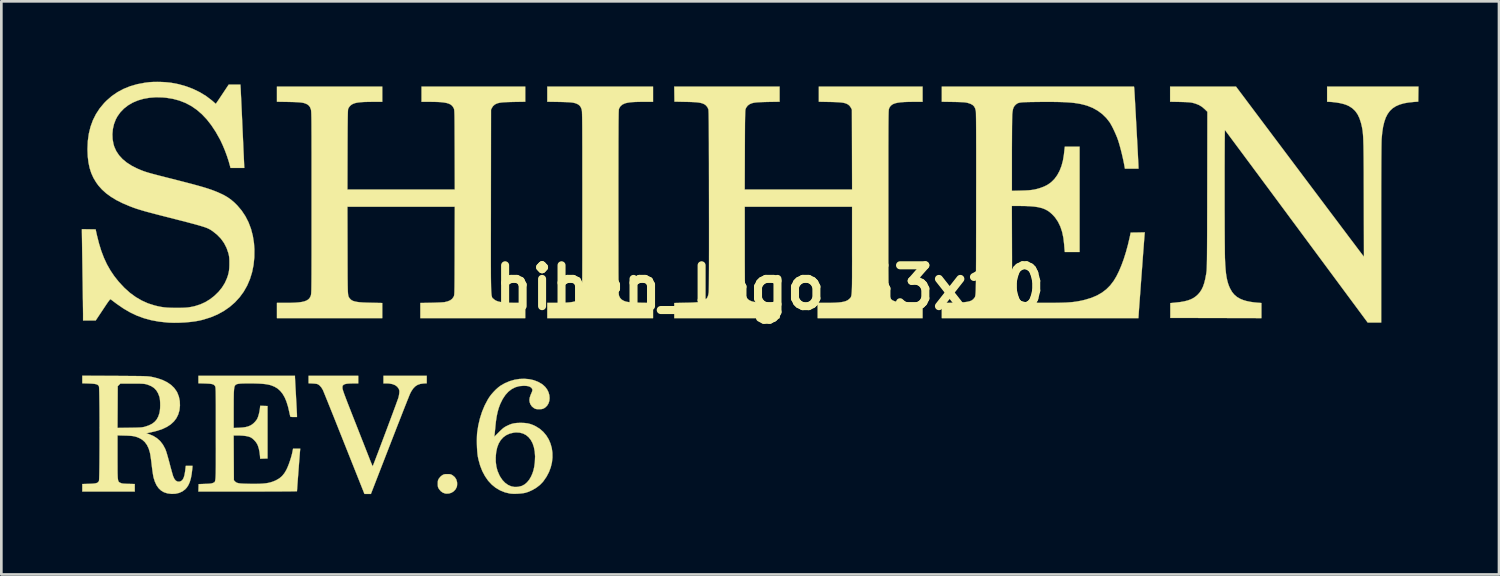
<source format=kicad_pcb>
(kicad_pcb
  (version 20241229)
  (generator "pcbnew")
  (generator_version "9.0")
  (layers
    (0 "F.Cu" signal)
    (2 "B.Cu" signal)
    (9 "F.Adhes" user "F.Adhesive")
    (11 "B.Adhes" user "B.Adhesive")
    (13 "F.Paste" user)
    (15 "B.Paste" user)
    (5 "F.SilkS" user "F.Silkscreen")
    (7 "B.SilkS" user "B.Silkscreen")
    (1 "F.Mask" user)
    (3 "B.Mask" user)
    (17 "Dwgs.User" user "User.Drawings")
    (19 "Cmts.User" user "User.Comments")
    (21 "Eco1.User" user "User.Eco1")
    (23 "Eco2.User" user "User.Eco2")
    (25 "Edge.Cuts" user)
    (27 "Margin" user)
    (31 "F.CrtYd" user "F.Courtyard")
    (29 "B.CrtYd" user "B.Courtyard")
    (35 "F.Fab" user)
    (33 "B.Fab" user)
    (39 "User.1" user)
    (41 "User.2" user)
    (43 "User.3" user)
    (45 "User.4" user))
  (footprint "shihen_logo_53x10"
    (layer "F.Cu")
    (at 25.046 7.681)
    (property "Reference" "shihen_logo_53x10" (at 0 0 0) (layer "F.SilkS") (effects (font (size 1.524 1.524) (thickness 0.3))))
    (attr through_hole)
    (fp_poly (pts (xy -11.343 6.956) (xy -11.298 6.961) (xy -11.262 6.973) (xy -11.224 6.993) (xy -11.213 7) (xy -11.133 7.066) (xy -11.078 7.148) (xy -11.048 7.246) (xy -11.044 7.284) (xy -11.044 7.344) (xy -11.049 7.4) (xy -11.056 7.431) (xy -11.1 7.52) (xy -11.166 7.593) (xy -11.249 7.647) (xy -11.343 7.678) (xy -11.445 7.684) (xy -11.49 7.678) (xy -11.576 7.647) (xy -11.655 7.59) (xy -11.719 7.512) (xy -11.721 7.509) (xy -11.744 7.468) (xy -11.758 7.432) (xy -11.764 7.391) (xy -11.766 7.332) (xy -11.766 7.314) (xy -11.765 7.25) (xy -11.76 7.205) (xy -11.748 7.168) (xy -11.728 7.13) (xy -11.721 7.119) (xy -11.663 7.048) (xy -11.603 7) (xy -11.562 6.977) (xy -11.526 6.964) (xy -11.484 6.957) (xy -11.426 6.955) (xy -11.408 6.955) (xy -11.343 6.956)) (stroke (width 0.01) (type solid)) (fill yes) (layer "F.SilkS"))
    (fp_poly (pts (xy -14.732 3.571) (xy -14.922 3.572) (xy -15.035 3.574) (xy -15.122 3.579) (xy -15.188 3.588) (xy -15.238 3.602) (xy -15.276 3.622) (xy -15.283 3.627) (xy -15.306 3.649) (xy -15.318 3.675) (xy -15.321 3.717) (xy -15.321 3.737) (xy -15.32 3.755) (xy -15.316 3.779) (xy -15.308 3.809) (xy -15.296 3.849) (xy -15.279 3.899) (xy -15.257 3.963) (xy -15.228 4.041) (xy -15.192 4.136) (xy -15.149 4.249) (xy -15.097 4.383) (xy -15.036 4.538) (xy -14.966 4.718) (xy -14.891 4.908) (xy -14.819 5.09) (xy -14.748 5.271) (xy -14.678 5.449) (xy -14.611 5.62) (xy -14.547 5.781) (xy -14.489 5.929) (xy -14.437 6.062) (xy -14.392 6.176) (xy -14.356 6.268) (xy -14.331 6.331) (xy -14.295 6.424) (xy -14.262 6.507) (xy -14.233 6.576) (xy -14.212 6.627) (xy -14.198 6.657) (xy -14.194 6.664) (xy -14.188 6.65) (xy -14.172 6.611) (xy -14.147 6.548) (xy -14.115 6.465) (xy -14.076 6.363) (xy -14.031 6.245) (xy -13.981 6.114) (xy -13.927 5.971) (xy -13.87 5.819) (xy -13.81 5.66) (xy -13.749 5.498) (xy -13.687 5.334) (xy -13.626 5.17) (xy -13.566 5.009) (xy -13.508 4.854) (xy -13.453 4.707) (xy -13.403 4.57) (xy -13.356 4.445) (xy -13.316 4.335) (xy -13.283 4.243) (xy -13.256 4.17) (xy -13.239 4.12) (xy -13.23 4.094) (xy -13.23 4.094) (xy -13.216 4.029) (xy -13.204 3.957) (xy -13.2 3.922) (xy -13.197 3.864) (xy -13.203 3.82) (xy -13.22 3.777) (xy -13.226 3.765) (xy -13.28 3.693) (xy -13.358 3.636) (xy -13.458 3.597) (xy -13.58 3.575) (xy -13.674 3.571) (xy -13.791 3.571) (xy -13.791 3.287) (xy -12.177 3.287) (xy -12.177 3.567) (xy -12.301 3.574) (xy -12.418 3.591) (xy -12.519 3.626) (xy -12.607 3.683) (xy -12.684 3.763) (xy -12.754 3.869) (xy -12.796 3.95) (xy -12.809 3.981) (xy -12.833 4.038) (xy -12.865 4.119) (xy -12.907 4.222) (xy -12.956 4.347) (xy -13.013 4.49) (xy -13.076 4.65) (xy -13.144 4.825) (xy -13.218 5.014) (xy -13.297 5.214) (xy -13.378 5.424) (xy -13.463 5.642) (xy -13.55 5.866) (xy -13.56 5.891) (xy -14.26 7.695) (xy -14.38 7.694) (xy -14.5 7.694) (xy -15.254 5.801) (xy -15.345 5.572) (xy -15.434 5.35) (xy -15.519 5.136) (xy -15.6 4.932) (xy -15.677 4.74) (xy -15.749 4.561) (xy -15.815 4.397) (xy -15.874 4.25) (xy -15.926 4.122) (xy -15.97 4.013) (xy -16.005 3.927) (xy -16.031 3.864) (xy -16.047 3.826) (xy -16.051 3.817) (xy -16.107 3.723) (xy -16.172 3.649) (xy -16.234 3.605) (xy -16.278 3.59) (xy -16.349 3.58) (xy -16.432 3.574) (xy -16.585 3.567) (xy -16.585 3.287) (xy -14.732 3.287) (xy -14.732 3.571)) (stroke (width 0.01) (type solid)) (fill yes) (layer "F.SilkS"))
    (fp_poly (pts (xy -3.735 -6.933) (xy -4.091 -6.933) (xy -4.252 -6.932) (xy -4.388 -6.928) (xy -4.502 -6.922) (xy -4.598 -6.913) (xy -4.68 -6.9) (xy -4.751 -6.884) (xy -4.791 -6.872) (xy -4.882 -6.828) (xy -4.953 -6.765) (xy -5 -6.685) (xy -5.008 -6.661) (xy -5.01 -6.649) (xy -5.012 -6.627) (xy -5.014 -6.594) (xy -5.016 -6.55) (xy -5.018 -6.493) (xy -5.019 -6.422) (xy -5.02 -6.336) (xy -5.022 -6.234) (xy -5.023 -6.115) (xy -5.024 -5.978) (xy -5.024 -5.823) (xy -5.025 -5.647) (xy -5.026 -5.45) (xy -5.026 -5.231) (xy -5.027 -4.989) (xy -5.027 -4.723) (xy -5.027 -4.431) (xy -5.028 -4.113) (xy -5.028 -3.769) (xy -5.028 -3.395) (xy -5.028 -3.182) (xy -5.028 -2.805) (xy -5.028 -2.457) (xy -5.028 -2.136) (xy -5.028 -1.841) (xy -5.027 -1.571) (xy -5.027 -1.326) (xy -5.027 -1.104) (xy -5.027 -0.903) (xy -5.026 -0.723) (xy -5.026 -0.562) (xy -5.025 -0.42) (xy -5.024 -0.294) (xy -5.023 -0.185) (xy -5.022 -0.09) (xy -5.021 -0.009) (xy -5.02 0.06) (xy -5.018 0.117) (xy -5.017 0.164) (xy -5.015 0.203) (xy -5.013 0.233) (xy -5.011 0.257) (xy -5.009 0.276) (xy -5.006 0.29) (xy -5.003 0.301) (xy -5.001 0.308) (xy -4.962 0.386) (xy -4.905 0.446) (xy -4.826 0.491) (xy -4.78 0.509) (xy -4.729 0.524) (xy -4.669 0.535) (xy -4.596 0.545) (xy -4.507 0.552) (xy -4.398 0.557) (xy -4.265 0.561) (xy -4.15 0.564) (xy -3.735 0.571) (xy -3.735 1.136) (xy -7.68 1.136) (xy -7.68 0.568) (xy -7.353 0.568) (xy -7.161 0.566) (xy -6.996 0.56) (xy -6.856 0.55) (xy -6.74 0.534) (xy -6.644 0.512) (xy -6.567 0.484) (xy -6.507 0.448) (xy -6.46 0.405) (xy -6.425 0.352) (xy -6.4 0.291) (xy -6.399 0.288) (xy -6.396 0.277) (xy -6.393 0.264) (xy -6.391 0.248) (xy -6.388 0.227) (xy -6.386 0.2) (xy -6.384 0.167) (xy -6.383 0.125) (xy -6.381 0.074) (xy -6.38 0.013) (xy -6.379 -0.06) (xy -6.377 -0.146) (xy -6.377 -0.246) (xy -6.376 -0.361) (xy -6.375 -0.492) (xy -6.374 -0.641) (xy -6.374 -0.808) (xy -6.373 -0.995) (xy -6.373 -1.204) (xy -6.373 -1.434) (xy -6.373 -1.688) (xy -6.373 -1.966) (xy -6.372 -2.27) (xy -6.372 -2.6) (xy -6.372 -2.959) (xy -6.372 -3.182) (xy -6.372 -3.558) (xy -6.372 -3.906) (xy -6.373 -4.225) (xy -6.373 -4.519) (xy -6.373 -4.787) (xy -6.373 -5.031) (xy -6.373 -5.252) (xy -6.374 -5.452) (xy -6.374 -5.631) (xy -6.375 -5.791) (xy -6.375 -5.932) (xy -6.376 -6.056) (xy -6.377 -6.165) (xy -6.378 -6.259) (xy -6.379 -6.339) (xy -6.381 -6.407) (xy -6.382 -6.464) (xy -6.384 -6.511) (xy -6.385 -6.549) (xy -6.387 -6.579) (xy -6.39 -6.603) (xy -6.392 -6.621) (xy -6.395 -6.636) (xy -6.397 -6.647) (xy -6.398 -6.65) (xy -6.431 -6.733) (xy -6.474 -6.792) (xy -6.531 -6.836) (xy -6.545 -6.844) (xy -6.589 -6.864) (xy -6.634 -6.881) (xy -6.684 -6.894) (xy -6.743 -6.905) (xy -6.814 -6.913) (xy -6.902 -6.919) (xy -7.01 -6.923) (xy -7.142 -6.927) (xy -7.235 -6.929) (xy -7.68 -6.936) (xy -7.68 -7.5) (xy -3.735 -7.5) (xy -3.735 -6.933)) (stroke (width 0.01) (type solid)) (fill yes) (layer "F.SilkS"))
    (fp_poly (pts (xy -8.357 3.414) (xy -8.186 3.451) (xy -8.026 3.512) (xy -7.881 3.595) (xy -7.847 3.62) (xy -7.756 3.704) (xy -7.685 3.8) (xy -7.634 3.903) (xy -7.604 4.01) (xy -7.594 4.118) (xy -7.604 4.221) (xy -7.635 4.318) (xy -7.687 4.403) (xy -7.76 4.473) (xy -7.807 4.502) (xy -7.849 4.52) (xy -7.897 4.53) (xy -7.962 4.534) (xy -7.986 4.534) (xy -8.051 4.533) (xy -8.097 4.527) (xy -8.135 4.515) (xy -8.176 4.493) (xy -8.177 4.493) (xy -8.254 4.431) (xy -8.31 4.349) (xy -8.338 4.268) (xy -8.347 4.191) (xy -8.336 4.106) (xy -8.304 4.008) (xy -8.277 3.946) (xy -8.248 3.877) (xy -8.235 3.825) (xy -8.24 3.785) (xy -8.262 3.749) (xy -8.275 3.736) (xy -8.318 3.702) (xy -8.372 3.68) (xy -8.443 3.666) (xy -8.536 3.661) (xy -8.571 3.661) (xy -8.728 3.674) (xy -8.874 3.716) (xy -9.009 3.785) (xy -9.133 3.881) (xy -9.244 4.004) (xy -9.344 4.154) (xy -9.431 4.33) (xy -9.447 4.369) (xy -9.496 4.504) (xy -9.536 4.649) (xy -9.569 4.809) (xy -9.596 4.988) (xy -9.614 5.155) (xy -9.622 5.244) (xy -9.631 5.33) (xy -9.638 5.404) (xy -9.644 5.46) (xy -9.646 5.48) (xy -9.654 5.559) (xy -9.485 5.39) (xy -9.415 5.321) (xy -9.358 5.269) (xy -9.31 5.23) (xy -9.264 5.198) (xy -9.213 5.17) (xy -9.189 5.158) (xy -9.091 5.112) (xy -9.003 5.08) (xy -8.917 5.06) (xy -8.822 5.048) (xy -8.711 5.044) (xy -8.666 5.043) (xy -8.527 5.048) (xy -8.408 5.063) (xy -8.299 5.091) (xy -8.19 5.133) (xy -8.114 5.17) (xy -7.961 5.265) (xy -7.829 5.38) (xy -7.718 5.512) (xy -7.628 5.658) (xy -7.56 5.817) (xy -7.513 5.984) (xy -7.489 6.159) (xy -7.487 6.339) (xy -7.507 6.521) (xy -7.551 6.702) (xy -7.618 6.88) (xy -7.709 7.053) (xy -7.823 7.218) (xy -7.851 7.252) (xy -7.956 7.36) (xy -8.084 7.459) (xy -8.226 7.544) (xy -8.374 7.612) (xy -8.494 7.651) (xy -8.573 7.666) (xy -8.67 7.678) (xy -8.777 7.686) (xy -8.884 7.69) (xy -8.981 7.688) (xy -9.06 7.681) (xy -9.065 7.681) (xy -9.257 7.636) (xy -9.436 7.564) (xy -9.601 7.468) (xy -9.751 7.346) (xy -9.885 7.202) (xy -10.002 7.034) (xy -10.103 6.845) (xy -10.185 6.635) (xy -10.249 6.404) (xy -10.269 6.305) (xy -9.603 6.305) (xy -9.602 6.497) (xy -9.58 6.672) (xy -9.537 6.835) (xy -9.47 6.991) (xy -9.438 7.051) (xy -9.352 7.178) (xy -9.253 7.281) (xy -9.144 7.359) (xy -9.025 7.411) (xy -8.901 7.435) (xy -8.772 7.431) (xy -8.64 7.399) (xy -8.631 7.396) (xy -8.531 7.343) (xy -8.437 7.264) (xy -8.353 7.163) (xy -8.285 7.046) (xy -8.233 6.928) (xy -8.194 6.808) (xy -8.166 6.678) (xy -8.146 6.53) (xy -8.143 6.491) (xy -8.135 6.295) (xy -8.148 6.115) (xy -8.179 5.952) (xy -8.227 5.808) (xy -8.293 5.684) (xy -8.375 5.58) (xy -8.472 5.499) (xy -8.584 5.441) (xy -8.709 5.408) (xy -8.847 5.4) (xy -8.928 5.408) (xy -9.077 5.442) (xy -9.208 5.5) (xy -9.321 5.581) (xy -9.416 5.685) (xy -9.492 5.811) (xy -9.549 5.96) (xy -9.586 6.13) (xy -9.603 6.305) (xy -10.269 6.305) (xy -10.272 6.29) (xy -10.284 6.2) (xy -10.294 6.088) (xy -10.302 5.962) (xy -10.306 5.828) (xy -10.307 5.694) (xy -10.305 5.568) (xy -10.3 5.458) (xy -10.295 5.406) (xy -10.254 5.14) (xy -10.193 4.88) (xy -10.113 4.629) (xy -10.015 4.394) (xy -9.901 4.178) (xy -9.844 4.086) (xy -9.776 3.994) (xy -9.692 3.897) (xy -9.601 3.803) (xy -9.509 3.721) (xy -9.43 3.661) (xy -9.263 3.564) (xy -9.086 3.489) (xy -8.904 3.436) (xy -8.72 3.406) (xy -8.536 3.399) (xy -8.357 3.414)) (stroke (width 0.01) (type solid)) (fill yes) (layer "F.SilkS"))
    (fp_poly (pts (xy 24.81 -6.94) (xy 24.653 -6.929) (xy 24.45 -6.908) (xy 24.27 -6.876) (xy 24.111 -6.829) (xy 23.973 -6.768) (xy 23.854 -6.691) (xy 23.753 -6.595) (xy 23.668 -6.48) (xy 23.598 -6.343) (xy 23.543 -6.184) (xy 23.499 -6.002) (xy 23.467 -5.793) (xy 23.445 -5.558) (xy 23.444 -5.546) (xy 23.442 -5.499) (xy 23.44 -5.423) (xy 23.438 -5.317) (xy 23.436 -5.181) (xy 23.435 -5.016) (xy 23.433 -4.821) (xy 23.432 -4.597) (xy 23.431 -4.344) (xy 23.43 -4.061) (xy 23.429 -3.749) (xy 23.429 -3.408) (xy 23.428 -3.037) (xy 23.428 -2.638) (xy 23.428 -2.21) (xy 23.428 -2.008) (xy 23.428 1.3) (xy 22.924 1.3) (xy 20.268 -2.286) (xy 20.051 -2.578) (xy 19.84 -2.864) (xy 19.633 -3.143) (xy 19.433 -3.413) (xy 19.239 -3.675) (xy 19.052 -3.926) (xy 18.874 -4.167) (xy 18.704 -4.396) (xy 18.544 -4.612) (xy 18.393 -4.814) (xy 18.254 -5.002) (xy 18.126 -5.174) (xy 18.01 -5.33) (xy 17.907 -5.468) (xy 17.818 -5.588) (xy 17.743 -5.689) (xy 17.683 -5.77) (xy 17.638 -5.829) (xy 17.61 -5.866) (xy 17.599 -5.88) (xy 17.599 -5.881) (xy 17.597 -5.867) (xy 17.595 -5.826) (xy 17.594 -5.758) (xy 17.593 -5.666) (xy 17.592 -5.552) (xy 17.59 -5.418) (xy 17.59 -5.265) (xy 17.589 -5.096) (xy 17.588 -4.912) (xy 17.588 -4.716) (xy 17.587 -4.508) (xy 17.587 -4.292) (xy 17.587 -4.069) (xy 17.587 -3.841) (xy 17.587 -3.609) (xy 17.587 -3.377) (xy 17.587 -3.145) (xy 17.587 -2.915) (xy 17.588 -2.69) (xy 17.589 -2.472) (xy 17.589 -2.262) (xy 17.59 -2.062) (xy 17.591 -1.874) (xy 17.592 -1.7) (xy 17.594 -1.542) (xy 17.595 -1.402) (xy 17.596 -1.282) (xy 17.598 -1.183) (xy 17.599 -1.108) (xy 17.601 -1.076) (xy 17.61 -0.868) (xy 17.623 -0.687) (xy 17.639 -0.528) (xy 17.66 -0.389) (xy 17.686 -0.265) (xy 17.717 -0.154) (xy 17.754 -0.052) (xy 17.788 0.024) (xy 17.862 0.155) (xy 17.948 0.261) (xy 18.051 0.348) (xy 18.174 0.419) (xy 18.286 0.464) (xy 18.4 0.498) (xy 18.537 0.527) (xy 18.687 0.549) (xy 18.822 0.562) (xy 18.96 0.572) (xy 18.96 1.136) (xy 17.261 1.132) (xy 15.561 1.128) (xy 15.561 0.576) (xy 15.753 0.557) (xy 15.932 0.537) (xy 16.086 0.51) (xy 16.217 0.476) (xy 16.331 0.434) (xy 16.431 0.382) (xy 16.52 0.318) (xy 16.582 0.264) (xy 16.658 0.178) (xy 16.724 0.079) (xy 16.78 -0.036) (xy 16.827 -0.172) (xy 16.866 -0.33) (xy 16.9 -0.513) (xy 16.91 -0.583) (xy 16.913 -0.606) (xy 16.916 -0.633) (xy 16.918 -0.666) (xy 16.92 -0.706) (xy 16.922 -0.753) (xy 16.924 -0.81) (xy 16.926 -0.878) (xy 16.927 -0.957) (xy 16.929 -1.049) (xy 16.93 -1.156) (xy 16.931 -1.279) (xy 16.932 -1.418) (xy 16.933 -1.576) (xy 16.934 -1.754) (xy 16.935 -1.952) (xy 16.936 -2.173) (xy 16.936 -2.416) (xy 16.937 -2.685) (xy 16.938 -2.98) (xy 16.938 -3.301) (xy 16.939 -3.652) (xy 16.939 -3.658) (xy 16.944 -6.562) (xy 16.843 -6.661) (xy 16.743 -6.746) (xy 16.635 -6.812) (xy 16.509 -6.863) (xy 16.419 -6.889) (xy 16.374 -6.9) (xy 16.327 -6.908) (xy 16.273 -6.914) (xy 16.208 -6.919) (xy 16.127 -6.923) (xy 16.025 -6.926) (xy 15.924 -6.929) (xy 15.554 -6.936) (xy 15.554 -7.5) (xy 16.783 -7.5) (xy 18.012 -7.5) (xy 20.356 -4.378) (xy 20.56 -4.106) (xy 20.76 -3.84) (xy 20.955 -3.581) (xy 21.144 -3.329) (xy 21.326 -3.087) (xy 21.5 -2.855) (xy 21.667 -2.634) (xy 21.824 -2.425) (xy 21.971 -2.229) (xy 22.109 -2.046) (xy 22.234 -1.879) (xy 22.348 -1.729) (xy 22.449 -1.595) (xy 22.536 -1.479) (xy 22.609 -1.382) (xy 22.667 -1.306) (xy 22.709 -1.25) (xy 22.735 -1.217) (xy 22.743 -1.207) (xy 22.785 -1.158) (xy 22.78 -3.324) (xy 22.779 -3.641) (xy 22.778 -3.929) (xy 22.778 -4.19) (xy 22.777 -4.426) (xy 22.775 -4.639) (xy 22.774 -4.829) (xy 22.772 -4.999) (xy 22.77 -5.15) (xy 22.768 -5.284) (xy 22.764 -5.402) (xy 22.761 -5.507) (xy 22.757 -5.598) (xy 22.752 -5.679) (xy 22.746 -5.75) (xy 22.74 -5.813) (xy 22.733 -5.87) (xy 22.724 -5.923) (xy 22.715 -5.972) (xy 22.705 -6.02) (xy 22.694 -6.067) (xy 22.682 -6.117) (xy 22.672 -6.155) (xy 22.616 -6.325) (xy 22.545 -6.471) (xy 22.456 -6.594) (xy 22.349 -6.695) (xy 22.222 -6.776) (xy 22.116 -6.823) (xy 22.011 -6.856) (xy 21.887 -6.885) (xy 21.751 -6.908) (xy 21.613 -6.924) (xy 21.566 -6.928) (xy 21.411 -6.937) (xy 21.411 -7.5) (xy 24.818 -7.5) (xy 24.81 -6.94)) (stroke (width 0.01) (type solid)) (fill yes) (layer "F.SilkS"))
    (fp_poly (pts (xy -17.093 3.336) (xy -17.092 3.36) (xy -17.089 3.412) (xy -17.086 3.486) (xy -17.081 3.581) (xy -17.075 3.692) (xy -17.068 3.816) (xy -17.06 3.951) (xy -17.055 4.042) (xy -17.048 4.181) (xy -17.04 4.314) (xy -17.034 4.436) (xy -17.028 4.543) (xy -17.024 4.634) (xy -17.02 4.703) (xy -17.019 4.748) (xy -17.018 4.763) (xy -17.018 4.826) (xy -17.137 4.826) (xy -17.193 4.824) (xy -17.238 4.82) (xy -17.262 4.814) (xy -17.264 4.812) (xy -17.27 4.793) (xy -17.28 4.751) (xy -17.293 4.693) (xy -17.302 4.652) (xy -17.351 4.44) (xy -17.408 4.256) (xy -17.474 4.097) (xy -17.551 3.964) (xy -17.64 3.853) (xy -17.74 3.763) (xy -17.855 3.694) (xy -17.983 3.643) (xy -18.02 3.632) (xy -18.104 3.613) (xy -18.2 3.597) (xy -18.31 3.586) (xy -18.439 3.578) (xy -18.591 3.573) (xy -18.767 3.571) (xy -18.798 3.571) (xy -18.933 3.572) (xy -19.041 3.574) (xy -19.126 3.578) (xy -19.191 3.585) (xy -19.24 3.594) (xy -19.276 3.607) (xy -19.303 3.623) (xy -19.318 3.637) (xy -19.331 3.654) (xy -19.342 3.676) (xy -19.352 3.705) (xy -19.359 3.744) (xy -19.365 3.795) (xy -19.37 3.861) (xy -19.374 3.944) (xy -19.376 4.046) (xy -19.378 4.171) (xy -19.378 4.32) (xy -19.379 4.496) (xy -19.379 4.531) (xy -19.379 5.234) (xy -19.173 5.226) (xy -19.044 5.217) (xy -18.938 5.202) (xy -18.847 5.179) (xy -18.767 5.147) (xy -18.717 5.12) (xy -18.646 5.067) (xy -18.576 4.997) (xy -18.517 4.921) (xy -18.497 4.886) (xy -18.469 4.817) (xy -18.442 4.728) (xy -18.419 4.629) (xy -18.402 4.529) (xy -18.4 4.508) (xy -18.389 4.407) (xy -18.253 4.411) (xy -18.116 4.415) (xy -18.116 6.372) (xy -18.389 6.381) (xy -18.4 6.25) (xy -18.416 6.121) (xy -18.442 6) (xy -18.475 5.895) (xy -18.506 5.828) (xy -18.552 5.758) (xy -18.612 5.689) (xy -18.677 5.629) (xy -18.74 5.586) (xy -18.743 5.585) (xy -18.817 5.557) (xy -18.915 5.535) (xy -19.034 5.521) (xy -19.167 5.514) (xy -19.204 5.514) (xy -19.38 5.513) (xy -19.376 6.349) (xy -19.371 7.184) (xy -19.336 7.222) (xy -19.31 7.247) (xy -19.281 7.267) (xy -19.245 7.282) (xy -19.2 7.294) (xy -19.141 7.303) (xy -19.065 7.309) (xy -18.968 7.313) (xy -18.846 7.316) (xy -18.768 7.318) (xy -18.589 7.319) (xy -18.435 7.317) (xy -18.303 7.31) (xy -18.188 7.299) (xy -18.087 7.283) (xy -17.995 7.26) (xy -17.909 7.232) (xy -17.823 7.196) (xy -17.795 7.183) (xy -17.676 7.114) (xy -17.575 7.029) (xy -17.488 6.922) (xy -17.416 6.801) (xy -17.37 6.703) (xy -17.323 6.585) (xy -17.278 6.457) (xy -17.237 6.327) (xy -17.204 6.205) (xy -17.189 6.137) (xy -17.163 6.006) (xy -16.896 6.006) (xy -16.905 6.1) (xy -16.908 6.129) (xy -16.912 6.183) (xy -16.918 6.259) (xy -16.925 6.352) (xy -16.934 6.46) (xy -16.943 6.579) (xy -16.952 6.705) (xy -16.962 6.835) (xy -16.972 6.965) (xy -16.982 7.092) (xy -16.991 7.212) (xy -16.999 7.322) (xy -17.006 7.418) (xy -17.011 7.496) (xy -17.015 7.554) (xy -17.018 7.587) (xy -17.018 7.594) (xy -17.033 7.595) (xy -17.075 7.596) (xy -17.144 7.598) (xy -17.238 7.599) (xy -17.354 7.6) (xy -17.491 7.601) (xy -17.647 7.602) (xy -17.82 7.603) (xy -18.009 7.604) (xy -18.212 7.604) (xy -18.426 7.605) (xy -18.65 7.605) (xy -18.856 7.605) (xy -20.695 7.605) (xy -20.686 7.329) (xy -20.447 7.32) (xy -20.351 7.317) (xy -20.279 7.312) (xy -20.226 7.306) (xy -20.187 7.298) (xy -20.157 7.287) (xy -20.148 7.283) (xy -20.132 7.276) (xy -20.118 7.27) (xy -20.106 7.264) (xy -20.095 7.255) (xy -20.085 7.243) (xy -20.077 7.226) (xy -20.07 7.201) (xy -20.064 7.168) (xy -20.058 7.125) (xy -20.054 7.071) (xy -20.051 7.002) (xy -20.048 6.919) (xy -20.047 6.82) (xy -20.045 6.702) (xy -20.044 6.564) (xy -20.044 6.405) (xy -20.044 6.223) (xy -20.043 6.016) (xy -20.044 5.783) (xy -20.044 5.522) (xy -20.044 5.446) (xy -20.044 5.183) (xy -20.044 4.947) (xy -20.044 4.739) (xy -20.044 4.555) (xy -20.044 4.395) (xy -20.045 4.256) (xy -20.046 4.137) (xy -20.047 4.036) (xy -20.048 3.952) (xy -20.049 3.884) (xy -20.051 3.828) (xy -20.053 3.784) (xy -20.055 3.751) (xy -20.058 3.725) (xy -20.061 3.707) (xy -20.064 3.693) (xy -20.068 3.683) (xy -20.071 3.678) (xy -20.092 3.646) (xy -20.12 3.622) (xy -20.159 3.604) (xy -20.212 3.591) (xy -20.284 3.582) (xy -20.379 3.577) (xy -20.451 3.574) (xy -20.694 3.567) (xy -20.694 3.287) (xy -17.093 3.287) (xy -17.093 3.336)) (stroke (width 0.01) (type solid)) (fill yes) (layer "F.SilkS"))
    (fp_poly (pts (xy -23.812 3.291) (xy -23.593 3.292) (xy -23.401 3.293) (xy -23.234 3.295) (xy -23.091 3.296) (xy -22.969 3.297) (xy -22.865 3.298) (xy -22.779 3.3) (xy -22.707 3.302) (xy -22.648 3.305) (xy -22.598 3.307) (xy -22.557 3.311) (xy -22.522 3.315) (xy -22.49 3.319) (xy -22.459 3.324) (xy -22.434 3.329) (xy -22.217 3.381) (xy -22.024 3.448) (xy -21.857 3.531) (xy -21.714 3.629) (xy -21.597 3.743) (xy -21.505 3.872) (xy -21.479 3.922) (xy -21.423 4.069) (xy -21.39 4.229) (xy -21.383 4.395) (xy -21.4 4.562) (xy -21.404 4.582) (xy -21.449 4.733) (xy -21.517 4.87) (xy -21.609 4.991) (xy -21.726 5.099) (xy -21.868 5.192) (xy -22.036 5.272) (xy -22.23 5.338) (xy -22.451 5.392) (xy -22.47 5.396) (xy -22.64 5.43) (xy -22.541 5.463) (xy -22.379 5.53) (xy -22.24 5.617) (xy -22.12 5.725) (xy -22.019 5.855) (xy -21.935 6.01) (xy -21.924 6.036) (xy -21.907 6.081) (xy -21.884 6.149) (xy -21.858 6.237) (xy -21.829 6.338) (xy -21.799 6.447) (xy -21.77 6.554) (xy -21.742 6.664) (xy -21.713 6.769) (xy -21.687 6.864) (xy -21.664 6.945) (xy -21.646 7.006) (xy -21.634 7.043) (xy -21.634 7.043) (xy -21.591 7.134) (xy -21.539 7.197) (xy -21.479 7.232) (xy -21.412 7.237) (xy -21.373 7.228) (xy -21.321 7.202) (xy -21.279 7.157) (xy -21.245 7.091) (xy -21.217 7.003) (xy -21.196 6.889) (xy -21.184 6.805) (xy -21.166 6.649) (xy -20.914 6.649) (xy -20.924 6.765) (xy -20.946 6.951) (xy -20.976 7.111) (xy -21.016 7.247) (xy -21.066 7.361) (xy -21.127 7.456) (xy -21.189 7.524) (xy -21.294 7.602) (xy -21.415 7.656) (xy -21.55 7.687) (xy -21.694 7.693) (xy -21.846 7.674) (xy -21.855 7.672) (xy -21.979 7.632) (xy -22.087 7.568) (xy -22.18 7.48) (xy -22.258 7.368) (xy -22.321 7.23) (xy -22.367 7.084) (xy -22.378 7.03) (xy -22.391 6.954) (xy -22.405 6.861) (xy -22.419 6.759) (xy -22.432 6.653) (xy -22.435 6.628) (xy -22.447 6.521) (xy -22.461 6.415) (xy -22.475 6.317) (xy -22.488 6.232) (xy -22.5 6.169) (xy -22.502 6.159) (xy -22.549 6.002) (xy -22.614 5.867) (xy -22.696 5.756) (xy -22.795 5.669) (xy -22.879 5.62) (xy -22.949 5.589) (xy -23.014 5.565) (xy -23.08 5.547) (xy -23.154 5.534) (xy -23.242 5.526) (xy -23.349 5.52) (xy -23.431 5.518) (xy -23.712 5.51) (xy -23.712 6.33) (xy -23.712 6.516) (xy -23.711 6.674) (xy -23.711 6.808) (xy -23.71 6.918) (xy -23.707 7.008) (xy -23.704 7.08) (xy -23.698 7.136) (xy -23.691 7.179) (xy -23.682 7.211) (xy -23.671 7.234) (xy -23.657 7.25) (xy -23.64 7.263) (xy -23.619 7.274) (xy -23.6 7.283) (xy -23.571 7.295) (xy -23.537 7.304) (xy -23.491 7.31) (xy -23.429 7.314) (xy -23.345 7.318) (xy -23.305 7.319) (xy -23.069 7.325) (xy -23.069 7.605) (xy -25.026 7.605) (xy -25.026 7.325) (xy -24.784 7.318) (xy -24.671 7.314) (xy -24.583 7.307) (xy -24.518 7.296) (xy -24.471 7.28) (xy -24.438 7.258) (xy -24.415 7.228) (xy -24.405 7.207) (xy -24.401 7.184) (xy -24.398 7.133) (xy -24.395 7.057) (xy -24.392 6.958) (xy -24.39 6.839) (xy -24.388 6.701) (xy -24.386 6.548) (xy -24.385 6.38) (xy -24.384 6.202) (xy -24.383 6.014) (xy -24.382 5.82) (xy -24.382 5.621) (xy -24.382 5.421) (xy -24.382 5.232) (xy -23.713 5.232) (xy -23.26 5.226) (xy -23.128 5.224) (xy -23.023 5.222) (xy -22.938 5.219) (xy -22.872 5.216) (xy -22.819 5.212) (xy -22.776 5.206) (xy -22.739 5.199) (xy -22.702 5.191) (xy -22.691 5.188) (xy -22.546 5.139) (xy -22.426 5.08) (xy -22.33 5.008) (xy -22.253 4.92) (xy -22.194 4.813) (xy -22.15 4.684) (xy -22.148 4.677) (xy -22.134 4.602) (xy -22.124 4.509) (xy -22.12 4.405) (xy -22.121 4.3) (xy -22.127 4.201) (xy -22.137 4.118) (xy -22.148 4.072) (xy -22.199 3.94) (xy -22.264 3.831) (xy -22.347 3.744) (xy -22.45 3.676) (xy -22.576 3.623) (xy -22.636 3.605) (xy -22.669 3.597) (xy -22.705 3.591) (xy -22.749 3.586) (xy -22.805 3.583) (xy -22.875 3.58) (xy -22.966 3.579) (xy -23.079 3.579) (xy -23.17 3.578) (xy -23.606 3.578) (xy -23.655 3.627) (xy -23.704 3.676) (xy -23.708 4.454) (xy -23.713 5.232) (xy -24.382 5.232) (xy -24.382 5.22) (xy -24.382 5.023) (xy -24.383 4.83) (xy -24.384 4.644) (xy -24.385 4.468) (xy -24.387 4.304) (xy -24.389 4.154) (xy -24.391 4.021) (xy -24.393 3.906) (xy -24.396 3.813) (xy -24.399 3.743) (xy -24.402 3.699) (xy -24.405 3.685) (xy -24.424 3.651) (xy -24.453 3.625) (xy -24.496 3.605) (xy -24.556 3.591) (xy -24.636 3.582) (xy -24.742 3.576) (xy -24.791 3.574) (xy -25.026 3.567) (xy -25.026 3.285) (xy -23.812 3.291)) (stroke (width 0.01) (type solid)) (fill yes) (layer "F.SilkS"))
    (fp_poly (pts (xy 0.986 -6.936) (xy 0.549 -6.929) (xy 0.402 -6.925) (xy 0.281 -6.921) (xy 0.182 -6.916) (xy 0.101 -6.909) (xy 0.036 -6.9) (xy -0.019 -6.888) (xy -0.067 -6.873) (xy -0.111 -6.854) (xy -0.134 -6.843) (xy -0.204 -6.791) (xy -0.259 -6.717) (xy -0.286 -6.656) (xy -0.289 -6.64) (xy -0.292 -6.613) (xy -0.295 -6.573) (xy -0.297 -6.519) (xy -0.299 -6.448) (xy -0.301 -6.361) (xy -0.303 -6.254) (xy -0.305 -6.127) (xy -0.306 -5.977) (xy -0.307 -5.804) (xy -0.308 -5.606) (xy -0.309 -5.381) (xy -0.31 -5.129) (xy -0.315 -3.661) (xy 3.691 -3.661) (xy 3.687 -5.151) (xy 3.683 -6.642) (xy 3.645 -6.716) (xy 3.593 -6.789) (xy 3.54 -6.832) (xy 3.497 -6.856) (xy 3.45 -6.875) (xy 3.395 -6.891) (xy 3.33 -6.903) (xy 3.249 -6.912) (xy 3.151 -6.919) (xy 3.03 -6.924) (xy 2.884 -6.928) (xy 2.857 -6.928) (xy 2.45 -6.936) (xy 2.45 -7.5) (xy 6.32 -7.5) (xy 6.32 -6.933) (xy 5.98 -6.933) (xy 5.794 -6.931) (xy 5.634 -6.925) (xy 5.5 -6.915) (xy 5.388 -6.899) (xy 5.297 -6.878) (xy 5.224 -6.85) (xy 5.166 -6.815) (xy 5.121 -6.772) (xy 5.087 -6.721) (xy 5.07 -6.681) (xy 5.067 -6.673) (xy 5.064 -6.662) (xy 5.061 -6.648) (xy 5.059 -6.63) (xy 5.057 -6.606) (xy 5.055 -6.576) (xy 5.053 -6.537) (xy 5.052 -6.49) (xy 5.05 -6.432) (xy 5.049 -6.363) (xy 5.048 -6.282) (xy 5.047 -6.187) (xy 5.046 -6.077) (xy 5.045 -5.951) (xy 5.045 -5.808) (xy 5.044 -5.647) (xy 5.044 -5.466) (xy 5.043 -5.265) (xy 5.043 -5.042) (xy 5.043 -4.796) (xy 5.043 -4.526) (xy 5.043 -4.231) (xy 5.043 -3.909) (xy 5.043 -3.559) (xy 5.043 -3.182) (xy 5.043 -2.801) (xy 5.043 -2.448) (xy 5.043 -2.123) (xy 5.043 -1.824) (xy 5.043 -1.55) (xy 5.043 -1.301) (xy 5.043 -1.074) (xy 5.044 -0.869) (xy 5.044 -0.686) (xy 5.045 -0.521) (xy 5.046 -0.375) (xy 5.047 -0.246) (xy 5.049 -0.134) (xy 5.051 -0.036) (xy 5.053 0.048) (xy 5.056 0.12) (xy 5.059 0.179) (xy 5.062 0.229) (xy 5.066 0.269) (xy 5.07 0.301) (xy 5.075 0.327) (xy 5.08 0.346) (xy 5.086 0.361) (xy 5.092 0.373) (xy 5.099 0.382) (xy 5.107 0.39) (xy 5.115 0.399) (xy 5.124 0.408) (xy 5.126 0.41) (xy 5.163 0.446) (xy 5.205 0.475) (xy 5.258 0.499) (xy 5.322 0.519) (xy 5.403 0.534) (xy 5.501 0.546) (xy 5.621 0.554) (xy 5.765 0.56) (xy 5.913 0.564) (xy 6.32 0.571) (xy 6.32 1.136) (xy 2.406 1.136) (xy 2.406 0.568) (xy 2.731 0.568) (xy 2.911 0.566) (xy 3.065 0.561) (xy 3.194 0.552) (xy 3.302 0.539) (xy 3.39 0.522) (xy 3.462 0.499) (xy 3.521 0.471) (xy 3.568 0.437) (xy 3.579 0.427) (xy 3.596 0.411) (xy 3.611 0.397) (xy 3.625 0.382) (xy 3.637 0.366) (xy 3.647 0.347) (xy 3.656 0.322) (xy 3.664 0.29) (xy 3.67 0.25) (xy 3.675 0.199) (xy 3.68 0.137) (xy 3.683 0.061) (xy 3.686 -0.03) (xy 3.688 -0.139) (xy 3.689 -0.266) (xy 3.69 -0.413) (xy 3.69 -0.582) (xy 3.69 -0.776) (xy 3.691 -0.994) (xy 3.69 -1.24) (xy 3.69 -1.407) (xy 3.69 -3.018) (xy -0.314 -3.018) (xy -0.313 -1.46) (xy -0.313 -1.201) (xy -0.313 -0.96) (xy -0.312 -0.738) (xy -0.311 -0.536) (xy -0.31 -0.356) (xy -0.308 -0.199) (xy -0.307 -0.065) (xy -0.305 0.043) (xy -0.302 0.125) (xy -0.3 0.179) (xy -0.298 0.201) (xy -0.275 0.303) (xy -0.237 0.383) (xy -0.182 0.443) (xy -0.149 0.465) (xy -0.106 0.489) (xy -0.057 0.508) (xy -0.000417 0.524) (xy 0.068 0.536) (xy 0.151 0.546) (xy 0.253 0.553) (xy 0.378 0.559) (xy 0.527 0.563) (xy 0.564 0.563) (xy 0.986 0.572) (xy 0.986 1.136) (xy -2.943 1.136) (xy -2.943 0.572) (xy -2.521 0.563) (xy -2.365 0.56) (xy -2.236 0.555) (xy -2.129 0.548) (xy -2.042 0.539) (xy -1.971 0.527) (xy -1.912 0.512) (xy -1.862 0.494) (xy -1.817 0.471) (xy -1.808 0.465) (xy -1.749 0.419) (xy -1.706 0.359) (xy -1.677 0.281) (xy -1.658 0.179) (xy -1.658 0.177) (xy -1.656 0.146) (xy -1.654 0.085) (xy -1.652 -0.005) (xy -1.651 -0.124) (xy -1.65 -0.272) (xy -1.649 -0.448) (xy -1.648 -0.653) (xy -1.647 -0.885) (xy -1.647 -1.145) (xy -1.646 -1.432) (xy -1.646 -1.746) (xy -1.646 -2.087) (xy -1.646 -2.455) (xy -1.647 -2.849) (xy -1.647 -3.268) (xy -1.647 -3.272) (xy -1.648 -3.654) (xy -1.648 -4.007) (xy -1.649 -4.333) (xy -1.649 -4.632) (xy -1.65 -4.905) (xy -1.651 -5.154) (xy -1.651 -5.379) (xy -1.652 -5.581) (xy -1.653 -5.763) (xy -1.654 -5.924) (xy -1.655 -6.066) (xy -1.656 -6.189) (xy -1.658 -6.296) (xy -1.659 -6.386) (xy -1.66 -6.461) (xy -1.662 -6.523) (xy -1.664 -6.572) (xy -1.666 -6.608) (xy -1.668 -6.634) (xy -1.67 -6.651) (xy -1.671 -6.656) (xy -1.713 -6.743) (xy -1.774 -6.811) (xy -1.823 -6.843) (xy -1.87 -6.865) (xy -1.919 -6.882) (xy -1.974 -6.896) (xy -2.04 -6.907) (xy -2.12 -6.916) (xy -2.217 -6.922) (xy -2.337 -6.927) (xy -2.481 -6.931) (xy -2.51 -6.931) (xy -2.936 -6.94) (xy -2.944 -7.5) (xy 0.986 -7.5) (xy 0.986 -6.936)) (stroke (width 0.01) (type solid)) (fill yes) (layer "F.SilkS"))
    (fp_poly (pts (xy -13.836 -6.933) (xy -14.183 -6.933) (xy -14.36 -6.931) (xy -14.51 -6.927) (xy -14.636 -6.919) (xy -14.741 -6.907) (xy -14.827 -6.891) (xy -14.897 -6.869) (xy -14.955 -6.843) (xy -15.003 -6.81) (xy -15.025 -6.791) (xy -15.065 -6.746) (xy -15.096 -6.696) (xy -15.107 -6.671) (xy -15.111 -6.656) (xy -15.114 -6.629) (xy -15.117 -6.591) (xy -15.119 -6.539) (xy -15.121 -6.471) (xy -15.123 -6.386) (xy -15.125 -6.283) (xy -15.126 -6.16) (xy -15.128 -6.015) (xy -15.129 -5.847) (xy -15.13 -5.654) (xy -15.131 -5.434) (xy -15.132 -5.187) (xy -15.132 -5.136) (xy -15.136 -3.661) (xy -11.13 -3.661) (xy -11.134 -5.144) (xy -11.135 -5.387) (xy -11.136 -5.602) (xy -11.137 -5.791) (xy -11.137 -5.955) (xy -11.138 -6.097) (xy -11.139 -6.218) (xy -11.14 -6.32) (xy -11.141 -6.405) (xy -11.143 -6.474) (xy -11.145 -6.53) (xy -11.147 -6.574) (xy -11.15 -6.608) (xy -11.152 -6.634) (xy -11.156 -6.654) (xy -11.16 -6.669) (xy -11.164 -6.681) (xy -11.169 -6.693) (xy -11.17 -6.694) (xy -11.202 -6.75) (xy -11.242 -6.797) (xy -11.294 -6.836) (xy -11.36 -6.867) (xy -11.442 -6.891) (xy -11.543 -6.909) (xy -11.665 -6.922) (xy -11.811 -6.929) (xy -11.983 -6.932) (xy -12.054 -6.933) (xy -12.371 -6.933) (xy -12.371 -7.5) (xy -8.502 -7.5) (xy -8.502 -6.936) (xy -8.931 -6.929) (xy -9.084 -6.925) (xy -9.21 -6.921) (xy -9.314 -6.915) (xy -9.398 -6.907) (xy -9.467 -6.896) (xy -9.524 -6.882) (xy -9.572 -6.865) (xy -9.615 -6.844) (xy -9.636 -6.832) (xy -9.702 -6.775) (xy -9.741 -6.716) (xy -9.779 -6.642) (xy -9.783 -3.221) (xy -9.783 -2.836) (xy -9.784 -2.481) (xy -9.784 -2.153) (xy -9.785 -1.851) (xy -9.785 -1.575) (xy -9.785 -1.322) (xy -9.785 -1.093) (xy -9.785 -0.886) (xy -9.784 -0.7) (xy -9.784 -0.533) (xy -9.783 -0.384) (xy -9.781 -0.253) (xy -9.779 -0.139) (xy -9.777 -0.039) (xy -9.775 0.047) (xy -9.772 0.12) (xy -9.768 0.182) (xy -9.764 0.233) (xy -9.76 0.274) (xy -9.754 0.308) (xy -9.748 0.334) (xy -9.742 0.355) (xy -9.735 0.37) (xy -9.727 0.382) (xy -9.718 0.392) (xy -9.708 0.4) (xy -9.698 0.408) (xy -9.687 0.417) (xy -9.676 0.427) (xy -9.631 0.463) (xy -9.576 0.492) (xy -9.508 0.516) (xy -9.424 0.535) (xy -9.322 0.549) (xy -9.199 0.559) (xy -9.052 0.565) (xy -8.879 0.567) (xy -8.826 0.568) (xy -8.502 0.568) (xy -8.502 1.136) (xy -12.416 1.136) (xy -12.416 0.571) (xy -12.009 0.564) (xy -11.896 0.561) (xy -11.787 0.557) (xy -11.689 0.553) (xy -11.605 0.548) (xy -11.542 0.543) (xy -11.506 0.539) (xy -11.39 0.51) (xy -11.298 0.47) (xy -11.229 0.417) (xy -11.178 0.347) (xy -11.166 0.321) (xy -11.161 0.311) (xy -11.158 0.297) (xy -11.154 0.28) (xy -11.151 0.256) (xy -11.149 0.225) (xy -11.146 0.184) (xy -11.144 0.132) (xy -11.143 0.067) (xy -11.141 -0.012) (xy -11.14 -0.107) (xy -11.139 -0.221) (xy -11.138 -0.354) (xy -11.137 -0.508) (xy -11.137 -0.686) (xy -11.136 -0.888) (xy -11.135 -1.116) (xy -11.135 -1.373) (xy -11.135 -1.378) (xy -11.13 -3.018) (xy -15.136 -3.018) (xy -15.132 -1.386) (xy -15.131 -1.126) (xy -15.131 -0.894) (xy -15.13 -0.689) (xy -15.13 -0.509) (xy -15.129 -0.351) (xy -15.127 -0.215) (xy -15.126 -0.099) (xy -15.124 -0.000241) (xy -15.122 0.082) (xy -15.119 0.15) (xy -15.115 0.206) (xy -15.111 0.25) (xy -15.105 0.285) (xy -15.099 0.312) (xy -15.092 0.334) (xy -15.084 0.352) (xy -15.075 0.367) (xy -15.065 0.381) (xy -15.053 0.396) (xy -15.05 0.4) (xy -15.017 0.437) (xy -14.977 0.469) (xy -14.926 0.494) (xy -14.861 0.515) (xy -14.781 0.531) (xy -14.682 0.544) (xy -14.562 0.553) (xy -14.417 0.559) (xy -14.258 0.563) (xy -13.836 0.572) (xy -13.836 1.136) (xy -17.765 1.136) (xy -17.765 0.568) (xy -17.445 0.568) (xy -17.254 0.566) (xy -17.09 0.56) (xy -16.951 0.549) (xy -16.835 0.533) (xy -16.74 0.511) (xy -16.664 0.482) (xy -16.603 0.445) (xy -16.557 0.401) (xy -16.523 0.348) (xy -16.499 0.288) (xy -16.496 0.277) (xy -16.494 0.264) (xy -16.491 0.248) (xy -16.489 0.227) (xy -16.487 0.2) (xy -16.485 0.167) (xy -16.483 0.125) (xy -16.481 0.074) (xy -16.48 0.013) (xy -16.479 -0.06) (xy -16.478 -0.146) (xy -16.477 -0.246) (xy -16.476 -0.361) (xy -16.475 -0.492) (xy -16.475 -0.641) (xy -16.474 -0.808) (xy -16.474 -0.995) (xy -16.473 -1.204) (xy -16.473 -1.434) (xy -16.473 -1.688) (xy -16.473 -1.966) (xy -16.473 -2.27) (xy -16.473 -2.6) (xy -16.473 -2.959) (xy -16.473 -3.182) (xy -16.473 -3.558) (xy -16.473 -3.906) (xy -16.473 -4.225) (xy -16.473 -4.519) (xy -16.473 -4.787) (xy -16.473 -5.031) (xy -16.474 -5.252) (xy -16.474 -5.452) (xy -16.474 -5.631) (xy -16.475 -5.791) (xy -16.476 -5.932) (xy -16.476 -6.056) (xy -16.477 -6.165) (xy -16.478 -6.259) (xy -16.479 -6.339) (xy -16.481 -6.407) (xy -16.482 -6.464) (xy -16.484 -6.511) (xy -16.486 -6.549) (xy -16.488 -6.579) (xy -16.49 -6.603) (xy -16.492 -6.621) (xy -16.495 -6.636) (xy -16.498 -6.647) (xy -16.499 -6.65) (xy -16.531 -6.733) (xy -16.574 -6.792) (xy -16.631 -6.836) (xy -16.645 -6.844) (xy -16.69 -6.864) (xy -16.735 -6.881) (xy -16.786 -6.895) (xy -16.846 -6.905) (xy -16.918 -6.913) (xy -17.007 -6.919) (xy -17.117 -6.924) (xy -17.251 -6.927) (xy -17.328 -6.929) (xy -17.765 -6.936) (xy -17.765 -7.5) (xy -13.836 -7.5) (xy -13.836 -6.933)) (stroke (width 0.01) (type solid)) (fill yes) (layer "F.SilkS"))
    (fp_poly (pts (xy 14.215 -7.437) (xy 14.217 -7.413) (xy 14.22 -7.362) (xy 14.225 -7.286) (xy 14.231 -7.188) (xy 14.237 -7.07) (xy 14.245 -6.935) (xy 14.253 -6.786) (xy 14.262 -6.625) (xy 14.272 -6.454) (xy 14.281 -6.276) (xy 14.291 -6.094) (xy 14.301 -5.91) (xy 14.311 -5.727) (xy 14.321 -5.548) (xy 14.33 -5.374) (xy 14.339 -5.208) (xy 14.347 -5.054) (xy 14.354 -4.913) (xy 14.36 -4.788) (xy 14.366 -4.681) (xy 14.37 -4.596) (xy 14.372 -4.535) (xy 14.374 -4.499) (xy 14.374 -4.494) (xy 14.373 -4.438) (xy 13.869 -4.438) (xy 13.837 -4.613) (xy 13.812 -4.738) (xy 13.781 -4.877) (xy 13.747 -5.023) (xy 13.71 -5.168) (xy 13.673 -5.305) (xy 13.637 -5.426) (xy 13.611 -5.507) (xy 13.572 -5.614) (xy 13.523 -5.73) (xy 13.469 -5.85) (xy 13.414 -5.965) (xy 13.359 -6.068) (xy 13.31 -6.153) (xy 13.296 -6.173) (xy 13.171 -6.333) (xy 13.023 -6.477) (xy 12.855 -6.601) (xy 12.67 -6.705) (xy 12.474 -6.784) (xy 12.409 -6.804) (xy 12.307 -6.831) (xy 12.204 -6.855) (xy 12.096 -6.874) (xy 11.981 -6.891) (xy 11.856 -6.904) (xy 11.718 -6.914) (xy 11.564 -6.922) (xy 11.392 -6.927) (xy 11.198 -6.93) (xy 10.981 -6.931) (xy 10.736 -6.93) (xy 10.728 -6.93) (xy 10.55 -6.928) (xy 10.399 -6.926) (xy 10.273 -6.924) (xy 10.169 -6.921) (xy 10.084 -6.918) (xy 10.015 -6.912) (xy 9.961 -6.905) (xy 9.918 -6.897) (xy 9.883 -6.885) (xy 9.855 -6.872) (xy 9.829 -6.855) (xy 9.805 -6.836) (xy 9.791 -6.824) (xy 9.748 -6.778) (xy 9.715 -6.724) (xy 9.692 -6.656) (xy 9.676 -6.569) (xy 9.666 -6.48) (xy 9.664 -6.441) (xy 9.662 -6.373) (xy 9.66 -6.281) (xy 9.659 -6.166) (xy 9.657 -6.031) (xy 9.656 -5.879) (xy 9.655 -5.711) (xy 9.654 -5.531) (xy 9.653 -5.341) (xy 9.652 -5.143) (xy 9.652 -4.962) (xy 9.652 -3.612) (xy 9.984 -3.62) (xy 10.138 -3.625) (xy 10.268 -3.632) (xy 10.38 -3.643) (xy 10.48 -3.658) (xy 10.573 -3.679) (xy 10.666 -3.705) (xy 10.719 -3.722) (xy 10.852 -3.772) (xy 10.965 -3.828) (xy 11.068 -3.896) (xy 11.12 -3.937) (xy 11.238 -4.053) (xy 11.342 -4.194) (xy 11.43 -4.357) (xy 11.502 -4.54) (xy 11.556 -4.741) (xy 11.592 -4.958) (xy 11.594 -4.976) (xy 11.602 -5.049) (xy 11.61 -5.118) (xy 11.616 -5.173) (xy 11.619 -5.196) (xy 11.626 -5.259) (xy 12.177 -5.259) (xy 12.177 -1.33) (xy 11.626 -1.33) (xy 11.618 -1.408) (xy 11.613 -1.462) (xy 11.607 -1.532) (xy 11.602 -1.604) (xy 11.601 -1.614) (xy 11.573 -1.858) (xy 11.526 -2.081) (xy 11.459 -2.281) (xy 11.372 -2.459) (xy 11.266 -2.615) (xy 11.233 -2.654) (xy 11.15 -2.742) (xy 11.064 -2.817) (xy 10.973 -2.88) (xy 10.873 -2.931) (xy 10.761 -2.971) (xy 10.634 -3.002) (xy 10.49 -3.024) (xy 10.325 -3.038) (xy 10.135 -3.046) (xy 9.956 -3.048) (xy 9.65 -3.048) (xy 9.655 -1.408) (xy 9.656 -1.152) (xy 9.656 -0.923) (xy 9.657 -0.722) (xy 9.658 -0.544) (xy 9.658 -0.39) (xy 9.659 -0.258) (xy 9.66 -0.144) (xy 9.661 -0.049) (xy 9.663 0.03) (xy 9.664 0.095) (xy 9.666 0.147) (xy 9.669 0.188) (xy 9.671 0.22) (xy 9.674 0.244) (xy 9.678 0.262) (xy 9.681 0.276) (xy 9.686 0.288) (xy 9.691 0.299) (xy 9.691 0.3) (xy 9.733 0.366) (xy 9.792 0.419) (xy 9.875 0.464) (xy 9.934 0.487) (xy 9.991 0.505) (xy 10.047 0.521) (xy 10.107 0.533) (xy 10.173 0.544) (xy 10.249 0.552) (xy 10.337 0.558) (xy 10.442 0.562) (xy 10.565 0.565) (xy 10.711 0.567) (xy 10.882 0.568) (xy 10.967 0.568) (xy 11.18 0.567) (xy 11.367 0.565) (xy 11.531 0.561) (xy 11.675 0.556) (xy 11.805 0.547) (xy 11.922 0.537) (xy 12.03 0.523) (xy 12.134 0.506) (xy 12.236 0.486) (xy 12.34 0.462) (xy 12.395 0.448) (xy 12.623 0.378) (xy 12.828 0.291) (xy 13.011 0.186) (xy 13.174 0.062) (xy 13.318 -0.082) (xy 13.445 -0.248) (xy 13.454 -0.261) (xy 13.552 -0.424) (xy 13.646 -0.614) (xy 13.737 -0.828) (xy 13.824 -1.064) (xy 13.904 -1.318) (xy 13.978 -1.588) (xy 14.045 -1.871) (xy 14.063 -1.957) (xy 14.082 -2.054) (xy 14.346 -2.058) (xy 14.609 -2.063) (xy 14.603 -1.999) (xy 14.6 -1.97) (xy 14.596 -1.915) (xy 14.59 -1.836) (xy 14.582 -1.735) (xy 14.573 -1.615) (xy 14.563 -1.478) (xy 14.551 -1.327) (xy 14.539 -1.164) (xy 14.526 -0.991) (xy 14.513 -0.811) (xy 14.499 -0.626) (xy 14.485 -0.439) (xy 14.471 -0.252) (xy 14.458 -0.068) (xy 14.445 0.111) (xy 14.432 0.283) (xy 14.42 0.445) (xy 14.409 0.595) (xy 14.399 0.73) (xy 14.391 0.847) (xy 14.384 0.946) (xy 14.379 1.022) (xy 14.375 1.074) (xy 14.373 1.098) (xy 14.373 1.1) (xy 14.373 1.136) (xy 7.037 1.136) (xy 7.037 0.572) (xy 7.452 0.563) (xy 7.622 0.559) (xy 7.764 0.552) (xy 7.882 0.542) (xy 7.979 0.529) (xy 8.058 0.512) (xy 8.121 0.491) (xy 8.17 0.464) (xy 8.21 0.432) (xy 8.237 0.4) (xy 8.246 0.389) (xy 8.254 0.38) (xy 8.261 0.37) (xy 8.268 0.36) (xy 8.274 0.348) (xy 8.279 0.333) (xy 8.284 0.313) (xy 8.289 0.288) (xy 8.293 0.256) (xy 8.297 0.216) (xy 8.3 0.168) (xy 8.303 0.108) (xy 8.305 0.038) (xy 8.307 -0.045) (xy 8.309 -0.142) (xy 8.311 -0.253) (xy 8.312 -0.381) (xy 8.314 -0.526) (xy 8.314 -0.689) (xy 8.315 -0.872) (xy 8.316 -1.075) (xy 8.316 -1.301) (xy 8.317 -1.549) (xy 8.317 -1.822) (xy 8.318 -2.12) (xy 8.318 -2.445) (xy 8.319 -2.797) (xy 8.319 -3.123) (xy 8.319 -3.539) (xy 8.32 -3.925) (xy 8.32 -4.283) (xy 8.32 -4.613) (xy 8.32 -4.915) (xy 8.32 -5.19) (xy 8.319 -5.439) (xy 8.319 -5.662) (xy 8.318 -5.859) (xy 8.317 -6.032) (xy 8.316 -6.18) (xy 8.315 -6.305) (xy 8.313 -6.406) (xy 8.312 -6.486) (xy 8.31 -6.543) (xy 8.308 -6.579) (xy 8.307 -6.59) (xy 8.283 -6.684) (xy 8.245 -6.758) (xy 8.189 -6.814) (xy 8.111 -6.857) (xy 8.014 -6.89) (xy 7.976 -6.899) (xy 7.937 -6.907) (xy 7.892 -6.913) (xy 7.839 -6.918) (xy 7.772 -6.921) (xy 7.687 -6.924) (xy 7.58 -6.927) (xy 7.467 -6.929) (xy 7.037 -6.936) (xy 7.037 -7.5) (xy 14.207 -7.5) (xy 14.215 -7.437)) (stroke (width 0.01) (type solid)) (fill yes) (layer "F.SilkS"))
    (fp_poly (pts (xy -22.07 -7.673) (xy -21.911 -7.664) (xy -21.762 -7.649) (xy -21.712 -7.643) (xy -21.429 -7.589) (xy -21.154 -7.511) (xy -20.89 -7.411) (xy -20.641 -7.29) (xy -20.409 -7.149) (xy -20.198 -6.989) (xy -20.133 -6.933) (xy -20.093 -6.897) (xy -20.062 -6.87) (xy -20.046 -6.858) (xy -20.046 -6.858) (xy -20.036 -6.87) (xy -20.013 -6.904) (xy -19.977 -6.956) (xy -19.931 -7.024) (xy -19.877 -7.105) (xy -19.817 -7.195) (xy -19.803 -7.216) (xy -19.565 -7.574) (xy -19.128 -7.575) (xy -19.118 -7.415) (xy -19.116 -7.375) (xy -19.113 -7.309) (xy -19.109 -7.218) (xy -19.103 -7.104) (xy -19.097 -6.97) (xy -19.09 -6.819) (xy -19.082 -6.653) (xy -19.074 -6.475) (xy -19.065 -6.286) (xy -19.057 -6.091) (xy -19.05 -5.939) (xy -19.041 -5.742) (xy -19.032 -5.551) (xy -19.024 -5.371) (xy -19.017 -5.202) (xy -19.01 -5.047) (xy -19.003 -4.909) (xy -18.998 -4.789) (xy -18.993 -4.691) (xy -18.99 -4.615) (xy -18.988 -4.566) (xy -18.987 -4.546) (xy -18.983 -4.467) (xy -19.24 -4.467) (xy -19.497 -4.467) (xy -19.513 -4.531) (xy -19.566 -4.72) (xy -19.632 -4.92) (xy -19.707 -5.122) (xy -19.788 -5.316) (xy -19.87 -5.492) (xy -19.893 -5.536) (xy -20.048 -5.812) (xy -20.211 -6.059) (xy -20.383 -6.279) (xy -20.565 -6.471) (xy -20.758 -6.637) (xy -20.961 -6.777) (xy -21.177 -6.891) (xy -21.406 -6.98) (xy -21.648 -7.045) (xy -21.905 -7.086) (xy -22.033 -7.097) (xy -22.281 -7.103) (xy -22.518 -7.085) (xy -22.741 -7.046) (xy -22.949 -6.986) (xy -23.141 -6.905) (xy -23.315 -6.804) (xy -23.47 -6.684) (xy -23.604 -6.546) (xy -23.716 -6.39) (xy -23.778 -6.274) (xy -23.844 -6.101) (xy -23.886 -5.917) (xy -23.903 -5.728) (xy -23.896 -5.539) (xy -23.862 -5.356) (xy -23.833 -5.258) (xy -23.759 -5.094) (xy -23.657 -4.941) (xy -23.528 -4.799) (xy -23.371 -4.669) (xy -23.187 -4.55) (xy -22.976 -4.443) (xy -22.845 -4.387) (xy -22.792 -4.367) (xy -22.743 -4.348) (xy -22.692 -4.33) (xy -22.639 -4.313) (xy -22.58 -4.294) (xy -22.513 -4.275) (xy -22.434 -4.253) (xy -22.34 -4.228) (xy -22.23 -4.199) (xy -22.1 -4.165) (xy -21.947 -4.126) (xy -21.768 -4.081) (xy -21.724 -4.07) (xy -21.482 -4.008) (xy -21.267 -3.953) (xy -21.075 -3.903) (xy -20.906 -3.859) (xy -20.757 -3.818) (xy -20.624 -3.781) (xy -20.507 -3.747) (xy -20.402 -3.715) (xy -20.307 -3.684) (xy -20.22 -3.655) (xy -20.138 -3.625) (xy -20.06 -3.594) (xy -19.982 -3.563) (xy -19.954 -3.551) (xy -19.776 -3.469) (xy -19.62 -3.381) (xy -19.479 -3.283) (xy -19.346 -3.169) (xy -19.248 -3.072) (xy -19.084 -2.879) (xy -18.943 -2.667) (xy -18.826 -2.439) (xy -18.733 -2.194) (xy -18.665 -1.935) (xy -18.622 -1.661) (xy -18.606 -1.434) (xy -18.609 -1.134) (xy -18.638 -0.847) (xy -18.693 -0.575) (xy -18.773 -0.317) (xy -18.877 -0.076) (xy -19.005 0.15) (xy -19.157 0.357) (xy -19.331 0.547) (xy -19.527 0.717) (xy -19.744 0.868) (xy -19.982 0.999) (xy -20.241 1.107) (xy -20.519 1.194) (xy -20.642 1.224) (xy -20.809 1.255) (xy -20.997 1.279) (xy -21.198 1.297) (xy -21.404 1.307) (xy -21.606 1.31) (xy -21.797 1.304) (xy -21.859 1.299) (xy -22.167 1.266) (xy -22.454 1.213) (xy -22.726 1.139) (xy -22.986 1.044) (xy -23.238 0.924) (xy -23.488 0.779) (xy -23.738 0.607) (xy -23.794 0.565) (xy -23.853 0.521) (xy -23.904 0.482) (xy -23.944 0.452) (xy -23.965 0.437) (xy -23.973 0.434) (xy -23.984 0.437) (xy -23.999 0.449) (xy -24.019 0.473) (xy -24.048 0.511) (xy -24.086 0.564) (xy -24.135 0.636) (xy -24.197 0.729) (xy -24.258 0.821) (xy -24.526 1.224) (xy -24.761 1.225) (xy -24.997 1.225) (xy -24.997 1.012) (xy -24.997 0.966) (xy -24.998 0.893) (xy -24.999 0.794) (xy -25.001 0.673) (xy -25.002 0.533) (xy -25.005 0.374) (xy -25.007 0.201) (xy -25.01 0.016) (xy -25.012 -0.18) (xy -25.016 -0.383) (xy -25.019 -0.591) (xy -25.019 -0.613) (xy -25.022 -0.817) (xy -25.025 -1.015) (xy -25.028 -1.203) (xy -25.031 -1.379) (xy -25.033 -1.541) (xy -25.035 -1.688) (xy -25.037 -1.815) (xy -25.039 -1.923) (xy -25.04 -2.008) (xy -25.041 -2.067) (xy -25.041 -2.1) (xy -25.041 -2.103) (xy -25.041 -2.182) (xy -24.785 -2.178) (xy -24.529 -2.174) (xy -24.48 -1.953) (xy -24.403 -1.648) (xy -24.317 -1.369) (xy -24.219 -1.112) (xy -24.108 -0.873) (xy -23.981 -0.649) (xy -23.838 -0.436) (xy -23.676 -0.231) (xy -23.664 -0.217) (xy -23.462 0.000341) (xy -23.253 0.189) (xy -23.035 0.349) (xy -22.808 0.481) (xy -22.572 0.587) (xy -22.328 0.664) (xy -22.205 0.694) (xy -22.089 0.717) (xy -21.973 0.734) (xy -21.85 0.745) (xy -21.714 0.751) (xy -21.556 0.754) (xy -21.508 0.754) (xy -21.371 0.753) (xy -21.258 0.75) (xy -21.162 0.745) (xy -21.076 0.737) (xy -20.994 0.724) (xy -20.909 0.708) (xy -20.815 0.686) (xy -20.813 0.685) (xy -20.62 0.623) (xy -20.432 0.537) (xy -20.255 0.428) (xy -20.091 0.299) (xy -19.943 0.155) (xy -19.814 -0.004) (xy -19.709 -0.173) (xy -19.631 -0.346) (xy -19.595 -0.45) (xy -19.57 -0.543) (xy -19.553 -0.634) (xy -19.543 -0.731) (xy -19.539 -0.844) (xy -19.539 -0.911) (xy -19.539 -1.008) (xy -19.542 -1.082) (xy -19.547 -1.143) (xy -19.556 -1.198) (xy -19.569 -1.257) (xy -19.577 -1.288) (xy -19.644 -1.483) (xy -19.736 -1.662) (xy -19.853 -1.826) (xy -19.997 -1.975) (xy -20.166 -2.109) (xy -20.223 -2.147) (xy -20.255 -2.167) (xy -20.289 -2.185) (xy -20.326 -2.204) (xy -20.369 -2.223) (xy -20.418 -2.242) (xy -20.477 -2.263) (xy -20.547 -2.285) (xy -20.63 -2.31) (xy -20.727 -2.338) (xy -20.842 -2.37) (xy -20.974 -2.405) (xy -21.127 -2.446) (xy -21.303 -2.491) (xy -21.502 -2.542) (xy -21.728 -2.6) (xy -21.866 -2.635) (xy -22.078 -2.689) (xy -22.264 -2.737) (xy -22.426 -2.78) (xy -22.567 -2.817) (xy -22.691 -2.851) (xy -22.8 -2.883) (xy -22.896 -2.912) (xy -22.984 -2.939) (xy -23.064 -2.966) (xy -23.141 -2.994) (xy -23.217 -3.023) (xy -23.271 -3.044) (xy -23.527 -3.153) (xy -23.756 -3.268) (xy -23.958 -3.391) (xy -24.136 -3.521) (xy -24.291 -3.661) (xy -24.425 -3.811) (xy -24.511 -3.93) (xy -24.611 -4.097) (xy -24.691 -4.274) (xy -24.752 -4.464) (xy -24.795 -4.669) (xy -24.822 -4.893) (xy -24.832 -5.14) (xy -24.832 -5.18) (xy -24.82 -5.47) (xy -24.782 -5.744) (xy -24.719 -6.003) (xy -24.63 -6.246) (xy -24.516 -6.474) (xy -24.376 -6.688) (xy -24.21 -6.887) (xy -24.12 -6.978) (xy -23.925 -7.148) (xy -23.712 -7.294) (xy -23.483 -7.416) (xy -23.236 -7.516) (xy -22.971 -7.592) (xy -22.687 -7.645) (xy -22.516 -7.666) (xy -22.383 -7.674) (xy -22.231 -7.676) (xy -22.07 -7.673)) (stroke (width 0.01) (type solid)) (fill yes) (layer "F.SilkS")))
  (gr_rect
    (start -3 -3)
    (end 52.869 18.381)
    (stroke (width 0.1) (type default))
    (fill no)
    (layer "Edge.Cuts")))
</source>
